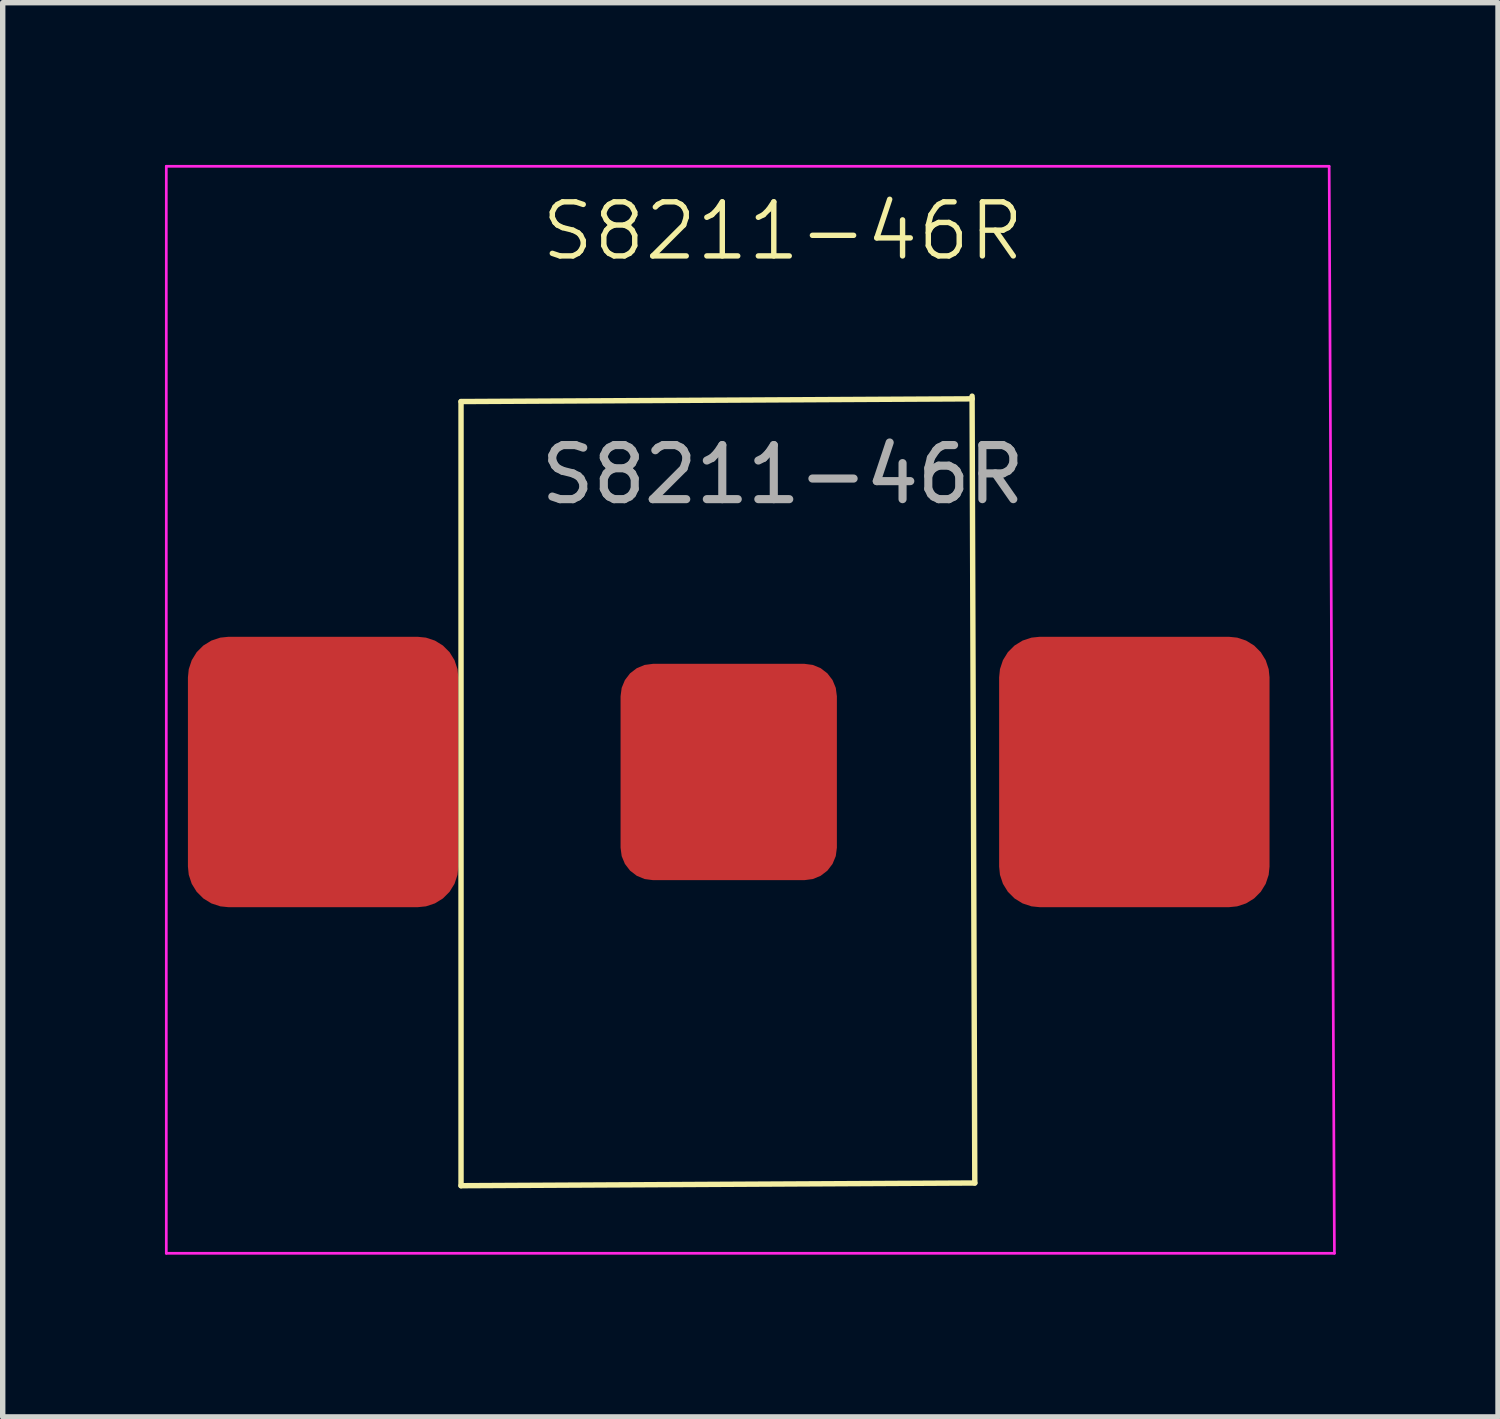
<source format=kicad_pcb>
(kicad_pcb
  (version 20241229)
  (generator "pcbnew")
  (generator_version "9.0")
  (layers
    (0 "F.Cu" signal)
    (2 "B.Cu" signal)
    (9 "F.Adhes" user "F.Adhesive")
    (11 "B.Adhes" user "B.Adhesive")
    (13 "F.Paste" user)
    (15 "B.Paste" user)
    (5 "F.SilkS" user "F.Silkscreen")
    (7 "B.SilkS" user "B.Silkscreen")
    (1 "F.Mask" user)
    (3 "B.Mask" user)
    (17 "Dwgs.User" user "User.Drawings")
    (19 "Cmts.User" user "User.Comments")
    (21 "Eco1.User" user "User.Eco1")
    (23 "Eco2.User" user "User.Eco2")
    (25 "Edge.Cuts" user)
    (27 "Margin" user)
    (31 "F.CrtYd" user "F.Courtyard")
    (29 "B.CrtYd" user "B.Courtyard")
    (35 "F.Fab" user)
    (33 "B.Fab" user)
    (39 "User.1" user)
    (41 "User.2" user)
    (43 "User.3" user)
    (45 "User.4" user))
  (footprint "S8211-46R"
    (layer "F.Cu")
    (at 11.425 2.225)
    (property "Reference" "S8211-46R" (at 0 -1 0) (unlocked yes) (layer "F.SilkS") (effects (font (size 1 1) (thickness 0.1))))
    (attr smd)
    (fp_line (start -5.95 2.15) (end -5.95 16.65) (stroke (width 0.1) (type default)) (layer "F.SilkS"))
    (fp_line (start -5.95 16.65) (end 3.55 16.6) (stroke (width 0.1) (type default)) (layer "F.SilkS"))
    (fp_line (start 3.5 2.1) (end -5.95 2.15) (stroke (width 0.1) (type default)) (layer "F.SilkS"))
    (fp_line (start 3.55 16.6) (end 3.5 2.05) (stroke (width 0.1) (type default)) (layer "F.SilkS"))
    (fp_line (start -11.4 -2.2) (end 10.1 -2.2) (stroke (width 0.05) (type default)) (layer "F.CrtYd"))
    (fp_line (start -11.4 17.9) (end -11.4 -2.2) (stroke (width 0.05) (type default)) (layer "F.CrtYd"))
    (fp_line (start 10.103 -2.2) (end 10.2 17.9) (stroke (width 0.05) (type default)) (layer "F.CrtYd"))
    (fp_line (start 10.2 17.9) (end -11.4 17.9) (stroke (width 0.05) (type default)) (layer "F.CrtYd"))
    (fp_text user "${REFERENCE}" (at 0 3.5 0) (unlocked yes) (layer "F.Fab") (effects (font (size 1 1) (thickness 0.15))))
    (pad "1" smd roundrect (at -8.5 9) (size 5 5) (layers "F.Cu" "F.Mask" "F.Paste") (roundrect_rratio 0.15))
    (pad "1" smd roundrect (at 6.5 9) (size 5 5) (layers "F.Cu" "F.Mask" "F.Paste") (roundrect_rratio 0.15))
    (pad "2" smd roundrect (at -1 9) (size 4 4) (layers "F.Cu" "F.Mask" "F.Paste") (roundrect_rratio 0.15)))
  (gr_rect
    (start -3 -3)
    (end 24.65 23.15)
    (stroke (width 0.1) (type default))
    (fill no)
    (layer "Edge.Cuts")))
</source>
